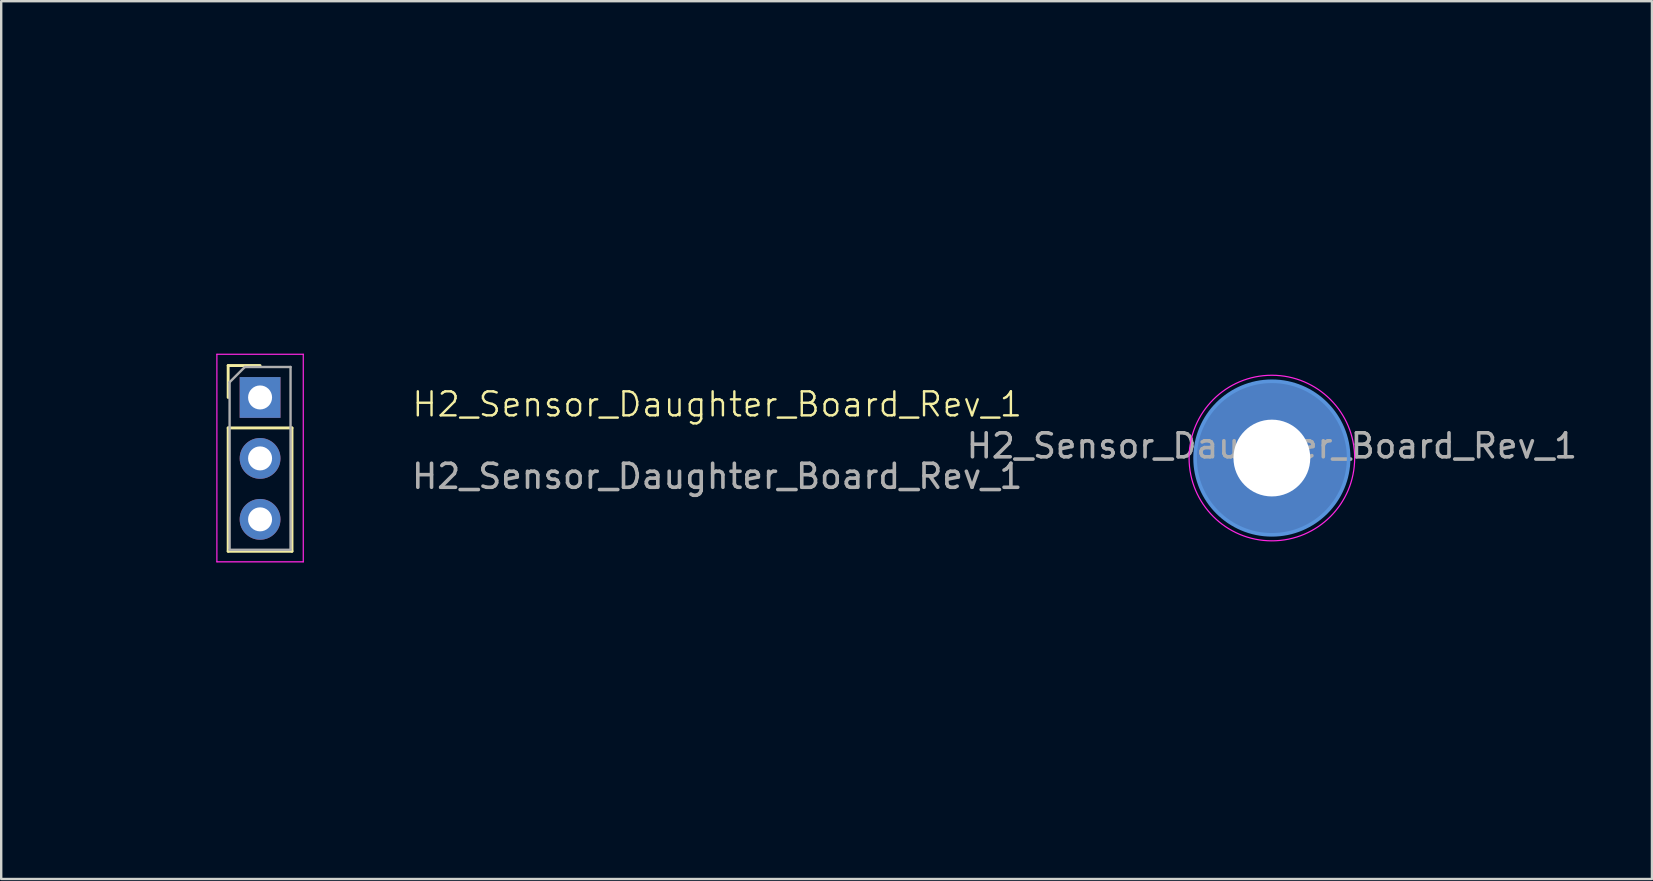
<source format=kicad_pcb>
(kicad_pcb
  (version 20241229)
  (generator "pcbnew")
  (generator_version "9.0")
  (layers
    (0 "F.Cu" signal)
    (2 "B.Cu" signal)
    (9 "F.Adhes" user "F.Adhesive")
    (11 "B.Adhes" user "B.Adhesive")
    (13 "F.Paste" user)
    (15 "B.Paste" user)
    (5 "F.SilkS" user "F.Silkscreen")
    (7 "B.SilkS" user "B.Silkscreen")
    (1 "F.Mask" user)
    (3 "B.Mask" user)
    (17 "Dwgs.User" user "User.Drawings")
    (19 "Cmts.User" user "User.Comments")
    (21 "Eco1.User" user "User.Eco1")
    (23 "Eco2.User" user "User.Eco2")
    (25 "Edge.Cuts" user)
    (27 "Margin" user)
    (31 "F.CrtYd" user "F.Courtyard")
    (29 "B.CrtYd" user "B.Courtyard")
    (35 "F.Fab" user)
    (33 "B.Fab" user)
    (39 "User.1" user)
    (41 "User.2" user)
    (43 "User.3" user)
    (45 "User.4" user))
  (footprint "H2_Sensor_Daughter_Board_Rev_1"
    (layer "F.Cu")
    (at 26.838 16.038)
    (property "Reference" "H2_Sensor_Daughter_Board_Rev_1" (at 0 -2.238 0) (unlocked yes) (layer "F.SilkS") (effects (font (size 1 1) (thickness 0.1))))
    (attr through_hole)
    (fp_line (start -20.38 -3.855) (end -19.05 -3.855) (stroke (width 0.12) (type solid)) (layer "F.SilkS"))
    (fp_line (start -20.38 -2.525) (end -20.38 -3.855) (stroke (width 0.12) (type solid)) (layer "F.SilkS"))
    (fp_line (start -20.38 -1.255) (end -20.38 3.885) (stroke (width 0.12) (type solid)) (layer "F.SilkS"))
    (fp_line (start -20.38 -1.255) (end -17.72 -1.255) (stroke (width 0.12) (type solid)) (layer "F.SilkS"))
    (fp_line (start -20.38 3.885) (end -17.72 3.885) (stroke (width 0.12) (type solid)) (layer "F.SilkS"))
    (fp_line (start -17.72 -1.255) (end -17.72 3.885) (stroke (width 0.12) (type solid)) (layer "F.SilkS"))
    (fp_circle (center 23.114 0) (end 26.314 0) (stroke (width 0.15) (type solid)) (fill no) (layer "Cmts.User"))
    (fp_line (start -26.788 -8.368) (end -26.788 6.872) (stroke (width 0.1) (type default)) (layer "Margin"))
    (fp_line (start -19.168 -15.988) (end 20.71 -15.988) (stroke (width 0.1) (type default)) (layer "Margin"))
    (fp_line (start 20.71 14.492) (end -19.168 14.492) (stroke (width 0.1) (type default)) (layer "Margin"))
    (fp_line (start 28.33 -8.368) (end 28.33 6.872) (stroke (width 0.1) (type default)) (layer "Margin"))
    (fp_arc (start -26.788 -8.368) (mid -24.556154 -13.756154) (end -19.168 -15.988) (stroke (width 0.1) (type default)) (layer "Margin"))
    (fp_arc (start -19.168 14.492) (mid -24.556154 12.260154) (end -26.788 6.872) (stroke (width 0.1) (type default)) (layer "Margin"))
    (fp_arc (start 20.71 -15.988) (mid 26.098154 -13.756154) (end 28.33 -8.368) (stroke (width 0.1) (type default)) (layer "Margin"))
    (fp_arc (start 28.33 6.872) (mid 26.098154 12.260154) (end 20.71 14.492) (stroke (width 0.1) (type default)) (layer "Margin"))
    (fp_line (start -20.85 -4.325) (end -20.85 4.325) (stroke (width 0.05) (type solid)) (layer "F.CrtYd"))
    (fp_line (start -20.85 4.325) (end -17.25 4.325) (stroke (width 0.05) (type solid)) (layer "F.CrtYd"))
    (fp_line (start -17.25 -4.325) (end -20.85 -4.325) (stroke (width 0.05) (type solid)) (layer "F.CrtYd"))
    (fp_line (start -17.25 4.325) (end -17.25 -4.325) (stroke (width 0.05) (type solid)) (layer "F.CrtYd"))
    (fp_circle (center 23.114 0) (end 26.564 0) (stroke (width 0.05) (type solid)) (fill no) (layer "F.CrtYd"))
    (fp_line (start -20.32 -3.16) (end -19.685 -3.795) (stroke (width 0.1) (type solid)) (layer "F.Fab"))
    (fp_line (start -20.32 3.825) (end -20.32 -3.16) (stroke (width 0.1) (type solid)) (layer "F.Fab"))
    (fp_line (start -19.685 -3.795) (end -17.78 -3.795) (stroke (width 0.1) (type solid)) (layer "F.Fab"))
    (fp_line (start -17.78 -3.795) (end -17.78 3.825) (stroke (width 0.1) (type solid)) (layer "F.Fab"))
    (fp_line (start -17.78 3.825) (end -20.32 3.825) (stroke (width 0.1) (type solid)) (layer "F.Fab"))
    (fp_text user "${REFERENCE}" (at 23.114 -0.508 0) (layer "F.Fab") (effects (font (size 1 1) (thickness 0.15))))
    (fp_text user "${REFERENCE}" (at 0 0.762 0) (unlocked yes) (layer "F.Fab") (effects (font (size 1 1) (thickness 0.15))))
    (pad "" thru_hole circle (at 23.114 0) (size 6.4 6.4) (drill 3.2) (layers "*.Cu" "*.Mask"))
    (pad "1" thru_hole rect (at -19.05 -2.525) (size 1.7 1.7) (drill 1) (layers "*.Cu" "*.Mask"))
    (pad "2" thru_hole oval (at -19.05 0.015) (size 1.7 1.7) (drill 1) (layers "*.Cu" "*.Mask"))
    (pad "3" thru_hole oval (at -19.05 2.555) (size 1.7 1.7) (drill 1) (layers "*.Cu" "*.Mask")))
  (gr_rect
    (start -3 -3)
    (end 65.791 33.58)
    (stroke (width 0.1) (type default))
    (fill no)
    (layer "Edge.Cuts")))
</source>
